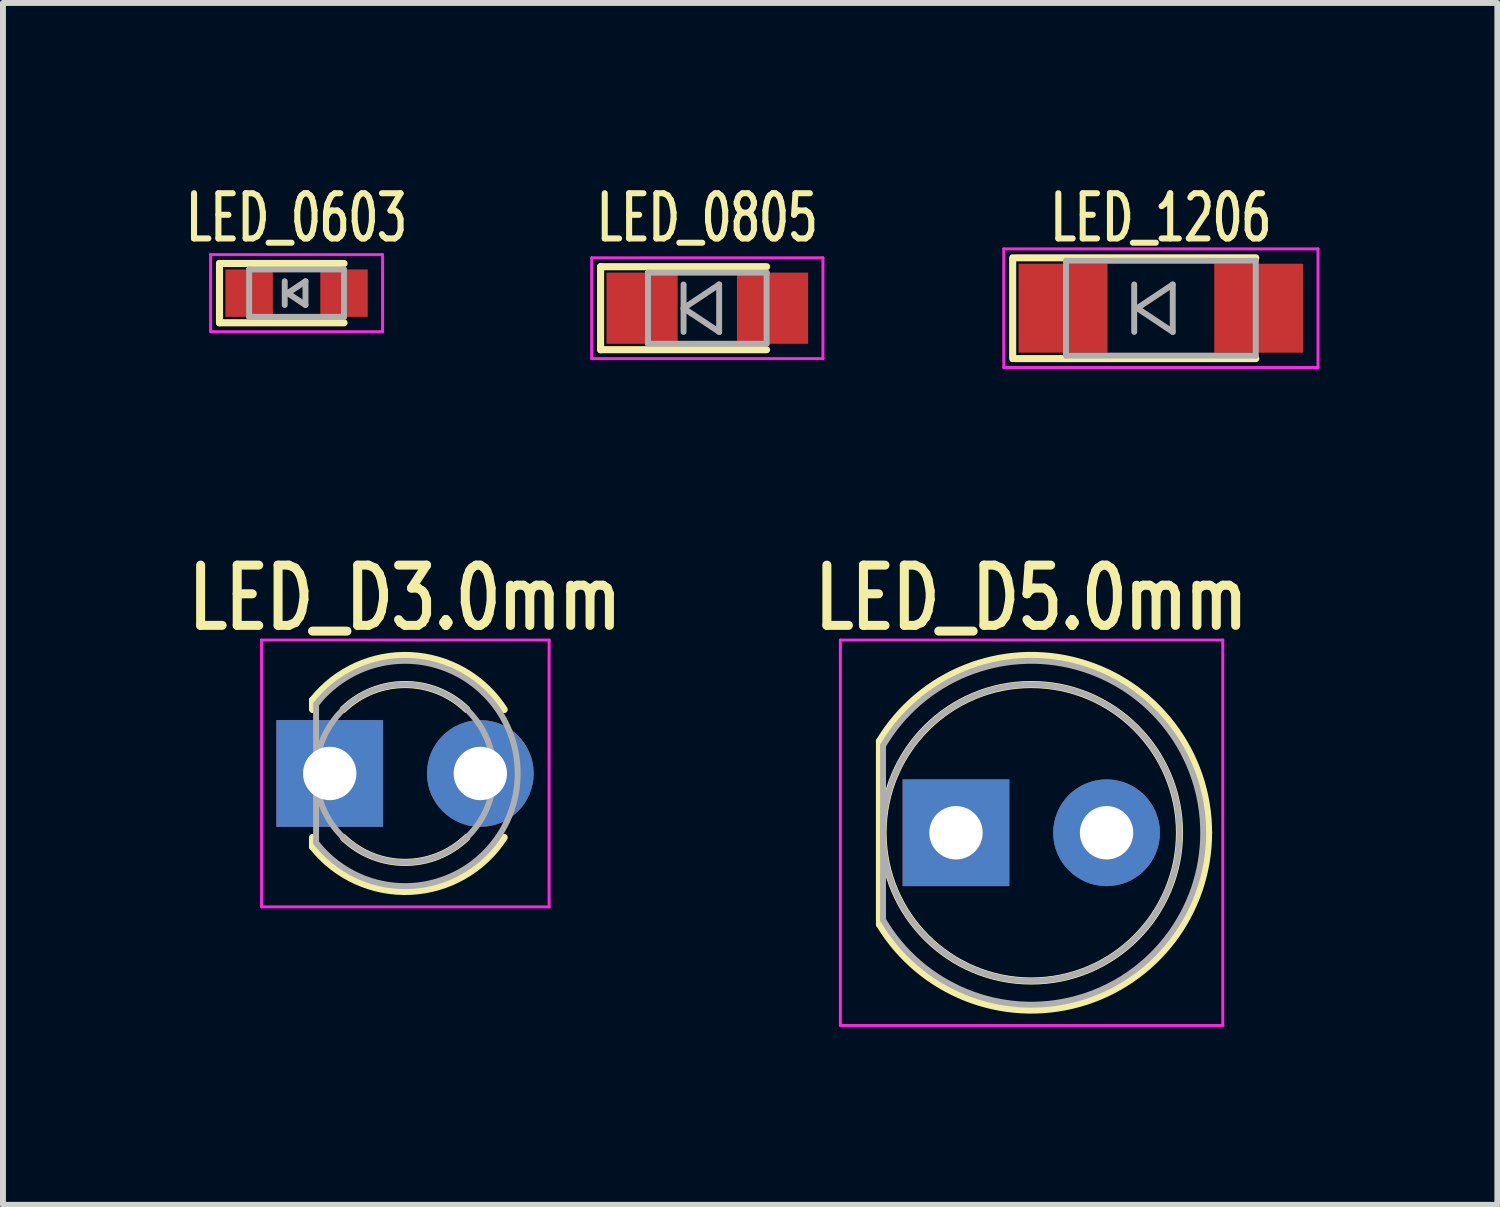
<source format=kicad_pcb>
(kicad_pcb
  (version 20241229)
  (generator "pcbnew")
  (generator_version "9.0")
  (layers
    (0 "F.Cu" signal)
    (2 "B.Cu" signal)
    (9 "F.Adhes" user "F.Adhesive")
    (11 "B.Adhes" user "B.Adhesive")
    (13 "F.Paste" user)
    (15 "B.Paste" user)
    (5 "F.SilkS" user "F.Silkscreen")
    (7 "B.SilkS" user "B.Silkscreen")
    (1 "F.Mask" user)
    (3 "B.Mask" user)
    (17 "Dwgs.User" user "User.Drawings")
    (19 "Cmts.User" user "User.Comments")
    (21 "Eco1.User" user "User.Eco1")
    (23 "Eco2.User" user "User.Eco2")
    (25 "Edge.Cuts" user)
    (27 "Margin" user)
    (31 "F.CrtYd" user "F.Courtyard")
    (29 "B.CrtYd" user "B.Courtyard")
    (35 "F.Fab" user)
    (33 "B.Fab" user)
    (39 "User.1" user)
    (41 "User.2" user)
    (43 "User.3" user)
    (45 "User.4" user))
  (footprint "LED_1206"
    (layer "F.Cu")
    (at 16.529 2.148)
    (property "Reference" "LED_1206" (at 0 -1.524 0) (layer "F.SilkS") (effects (font (size 0.762 0.508) (thickness 0.102))))
    (attr smd)
    (fp_line (start -2.5 -0.85) (end -2.5 0.85) (stroke (width 0.12) (type solid)) (layer "F.SilkS"))
    (fp_line (start -2.45 -0.85) (end 1.6 -0.85) (stroke (width 0.12) (type solid)) (layer "F.SilkS"))
    (fp_line (start -2.45 0.85) (end 1.6 0.85) (stroke (width 0.12) (type solid)) (layer "F.SilkS"))
    (fp_line (start -2.65 -1) (end 2.65 -1) (stroke (width 0.05) (type solid)) (layer "F.CrtYd"))
    (fp_line (start -2.65 1) (end -2.65 -1) (stroke (width 0.05) (type solid)) (layer "F.CrtYd"))
    (fp_line (start 2.65 -1) (end 2.65 1) (stroke (width 0.05) (type solid)) (layer "F.CrtYd"))
    (fp_line (start 2.65 1) (end -2.65 1) (stroke (width 0.05) (type solid)) (layer "F.CrtYd"))
    (fp_line (start -1.6 -0.8) (end 1.6 -0.8) (stroke (width 0.1) (type solid)) (layer "F.Fab"))
    (fp_line (start -1.6 0.8) (end -1.6 -0.8) (stroke (width 0.1) (type solid)) (layer "F.Fab"))
    (fp_line (start -0.45 -0.4) (end -0.45 0.4) (stroke (width 0.1) (type solid)) (layer "F.Fab"))
    (fp_line (start -0.4 0) (end 0.2 -0.4) (stroke (width 0.1) (type solid)) (layer "F.Fab"))
    (fp_line (start 0.2 -0.4) (end 0.2 0.4) (stroke (width 0.1) (type solid)) (layer "F.Fab"))
    (fp_line (start 0.2 0.4) (end -0.4 0) (stroke (width 0.1) (type solid)) (layer "F.Fab"))
    (fp_line (start 1.6 -0.8) (end 1.6 0.8) (stroke (width 0.1) (type solid)) (layer "F.Fab"))
    (fp_line (start 1.6 0.8) (end -1.6 0.8) (stroke (width 0.1) (type solid)) (layer "F.Fab"))
    (pad "1" smd rect (at -1.65 0 180) (size 1.5 1.5) (layers "F.Cu" "F.Mask" "F.Paste"))
    (pad "2" smd rect (at 1.65 0 180) (size 1.5 1.5) (layers "F.Cu" "F.Mask" "F.Paste")))
  (footprint "LED_0603"
    (layer "F.Cu")
    (at 1.952 1.894)
    (property "Reference" "LED_0603" (at 0 -1.27 0) (layer "F.SilkS") (effects (font (size 0.762 0.508) (thickness 0.102))))
    (attr smd)
    (fp_line (start -1.3 -0.5) (end -1.3 0.5) (stroke (width 0.12) (type solid)) (layer "F.SilkS"))
    (fp_line (start -1.3 -0.5) (end 0.8 -0.5) (stroke (width 0.12) (type solid)) (layer "F.SilkS"))
    (fp_line (start -1.3 0.5) (end 0.8 0.5) (stroke (width 0.12) (type solid)) (layer "F.SilkS"))
    (fp_line (start -1.45 -0.65) (end 1.45 -0.65) (stroke (width 0.05) (type solid)) (layer "F.CrtYd"))
    (fp_line (start -1.45 0.65) (end -1.45 -0.65) (stroke (width 0.05) (type solid)) (layer "F.CrtYd"))
    (fp_line (start 1.45 -0.65) (end 1.45 0.65) (stroke (width 0.05) (type solid)) (layer "F.CrtYd"))
    (fp_line (start 1.45 0.65) (end -1.45 0.65) (stroke (width 0.05) (type solid)) (layer "F.CrtYd"))
    (fp_line (start -0.8 -0.4) (end 0.8 -0.4) (stroke (width 0.1) (type solid)) (layer "F.Fab"))
    (fp_line (start -0.8 0.4) (end -0.8 -0.4) (stroke (width 0.1) (type solid)) (layer "F.Fab"))
    (fp_line (start -0.2 -0.2) (end -0.2 0.2) (stroke (width 0.1) (type solid)) (layer "F.Fab"))
    (fp_line (start -0.15 0) (end 0.15 -0.2) (stroke (width 0.1) (type solid)) (layer "F.Fab"))
    (fp_line (start 0.15 -0.2) (end 0.15 0.2) (stroke (width 0.1) (type solid)) (layer "F.Fab"))
    (fp_line (start 0.15 0.2) (end -0.15 0) (stroke (width 0.1) (type solid)) (layer "F.Fab"))
    (fp_line (start 0.8 -0.4) (end 0.8 0.4) (stroke (width 0.1) (type solid)) (layer "F.Fab"))
    (fp_line (start 0.8 0.4) (end -0.8 0.4) (stroke (width 0.1) (type solid)) (layer "F.Fab"))
    (pad "1" smd rect (at -0.8 0 180) (size 0.8 0.8) (layers "F.Cu" "F.Mask" "F.Paste"))
    (pad "2" smd rect (at 0.8 0 180) (size 0.8 0.8) (layers "F.Cu" "F.Mask" "F.Paste")))
  (footprint "LED_D3.0mm"
    (layer "F.Cu")
    (at 2.511 9.995)
    (property "Reference" "LED_D3.0mm" (at 1.27 -2.96 0) (layer "F.SilkS") (effects (font (size 1.016 0.762) (thickness 0.152))))
    (attr through_hole)
    (fp_line (start -0.29 -1.236) (end -0.29 -1.08) (stroke (width 0.12) (type solid)) (layer "F.SilkS"))
    (fp_line (start -0.29 1.08) (end -0.29 1.236) (stroke (width 0.12) (type solid)) (layer "F.SilkS"))
    (fp_arc (start -0.29 -1.235516) (mid 1.366487 -1.987659) (end 2.942335 -1.078608) (stroke (width 0.12) (type solid)) (layer "F.SilkS"))
    (fp_arc (start 0.229039 -1.08) (mid 1.270117 -1.5) (end 2.31113 -1.079837) (stroke (width 0.12) (type solid)) (layer "F.SilkS"))
    (fp_arc (start 2.31113 1.079837) (mid 1.270117 1.5) (end 0.229039 1.08) (stroke (width 0.12) (type solid)) (layer "F.SilkS"))
    (fp_arc (start 2.942335 1.078608) (mid 1.366487 1.987659) (end -0.29 1.235516) (stroke (width 0.12) (type solid)) (layer "F.SilkS"))
    (fp_line (start -1.15 -2.25) (end -1.15 2.25) (stroke (width 0.05) (type solid)) (layer "F.CrtYd"))
    (fp_line (start -1.15 2.25) (end 3.7 2.25) (stroke (width 0.05) (type solid)) (layer "F.CrtYd"))
    (fp_line (start 3.7 -2.25) (end -1.15 -2.25) (stroke (width 0.05) (type solid)) (layer "F.CrtYd"))
    (fp_line (start 3.7 2.25) (end 3.7 -2.25) (stroke (width 0.05) (type solid)) (layer "F.CrtYd"))
    (fp_line (start -0.23 -1.166) (end -0.23 1.166) (stroke (width 0.1) (type solid)) (layer "F.Fab"))
    (fp_arc (start -0.23 -1.16619) (mid 3.17 0.000452) (end -0.230555 1.165476) (stroke (width 0.1) (type solid)) (layer "F.Fab"))
    (fp_circle (center 1.27 0) (end 2.77 0) (stroke (width 0.1) (type solid)) (fill no) (layer "F.Fab"))
    (pad "1" thru_hole rect (at 0 0) (size 1.8 1.8) (drill 0.9) (layers "*.Cu" "*.Mask"))
    (pad "2" thru_hole circle (at 2.54 0) (size 1.8 1.8) (drill 0.9) (layers "*.Cu" "*.Mask")))
  (footprint "LED_0805"
    (layer "F.Cu")
    (at 8.879 2.148)
    (property "Reference" "LED_0805" (at 0 -1.524 0) (layer "F.SilkS") (effects (font (size 0.762 0.508) (thickness 0.102))))
    (attr smd)
    (fp_line (start -1.8 -0.7) (end -1.8 0.7) (stroke (width 0.12) (type solid)) (layer "F.SilkS"))
    (fp_line (start -1.8 -0.7) (end 1 -0.7) (stroke (width 0.12) (type solid)) (layer "F.SilkS"))
    (fp_line (start -1.8 0.7) (end 1 0.7) (stroke (width 0.12) (type solid)) (layer "F.SilkS"))
    (fp_line (start -1.95 -0.85) (end 1.95 -0.85) (stroke (width 0.05) (type solid)) (layer "F.CrtYd"))
    (fp_line (start -1.95 0.85) (end -1.95 -0.85) (stroke (width 0.05) (type solid)) (layer "F.CrtYd"))
    (fp_line (start 1.95 -0.85) (end 1.95 0.85) (stroke (width 0.05) (type solid)) (layer "F.CrtYd"))
    (fp_line (start 1.95 0.85) (end -1.95 0.85) (stroke (width 0.05) (type solid)) (layer "F.CrtYd"))
    (fp_line (start -1 -0.6) (end 1 -0.6) (stroke (width 0.1) (type solid)) (layer "F.Fab"))
    (fp_line (start -1 0.6) (end -1 -0.6) (stroke (width 0.1) (type solid)) (layer "F.Fab"))
    (fp_line (start -0.4 -0.4) (end -0.4 0.4) (stroke (width 0.1) (type solid)) (layer "F.Fab"))
    (fp_line (start -0.4 0) (end 0.2 -0.4) (stroke (width 0.1) (type solid)) (layer "F.Fab"))
    (fp_line (start 0.2 -0.4) (end 0.2 0.4) (stroke (width 0.1) (type solid)) (layer "F.Fab"))
    (fp_line (start 0.2 0.4) (end -0.4 0) (stroke (width 0.1) (type solid)) (layer "F.Fab"))
    (fp_line (start 1 -0.6) (end 1 0.6) (stroke (width 0.1) (type solid)) (layer "F.Fab"))
    (fp_line (start 1 0.6) (end -1 0.6) (stroke (width 0.1) (type solid)) (layer "F.Fab"))
    (pad "1" smd rect (at -1.1 0 180) (size 1.2 1.2) (layers "F.Cu" "F.Mask" "F.Paste"))
    (pad "2" smd rect (at 1.1 0 180) (size 1.2 1.2) (layers "F.Cu" "F.Mask" "F.Paste")))
  (footprint "LED_D5.0mm"
    (layer "F.Cu")
    (at 13.073 10.995)
    (property "Reference" "LED_D5.0mm" (at 1.27 -3.96 0) (layer "F.SilkS") (effects (font (size 1.016 0.762) (thickness 0.152))))
    (attr through_hole)
    (fp_line (start -1.29 -1.545) (end -1.29 1.545) (stroke (width 0.12) (type solid)) (layer "F.SilkS"))
    (fp_arc (start -1.29 -1.54483) (mid 2.072002 -2.880433) (end 4.26 0.000462) (stroke (width 0.12) (type solid)) (layer "F.SilkS"))
    (fp_arc (start 4.26 -0.000462) (mid 2.072002 2.880433) (end -1.29 1.54483) (stroke (width 0.12) (type solid)) (layer "F.SilkS"))
    (fp_circle (center 1.27 0) (end 3.77 0) (stroke (width 0.12) (type solid)) (fill no) (layer "F.SilkS"))
    (fp_line (start -1.95 -3.25) (end -1.95 3.25) (stroke (width 0.05) (type solid)) (layer "F.CrtYd"))
    (fp_line (start -1.95 3.25) (end 4.5 3.25) (stroke (width 0.05) (type solid)) (layer "F.CrtYd"))
    (fp_line (start 4.5 -3.25) (end -1.95 -3.25) (stroke (width 0.05) (type solid)) (layer "F.CrtYd"))
    (fp_line (start 4.5 3.25) (end 4.5 -3.25) (stroke (width 0.05) (type solid)) (layer "F.CrtYd"))
    (fp_line (start -1.23 -1.47) (end -1.23 1.47) (stroke (width 0.1) (type solid)) (layer "F.Fab"))
    (fp_arc (start -1.23 -1.469694) (mid 4.17 0.000016) (end -1.230016 1.469666) (stroke (width 0.1) (type solid)) (layer "F.Fab"))
    (fp_circle (center 1.27 0) (end 3.77 0) (stroke (width 0.1) (type solid)) (fill no) (layer "F.Fab"))
    (pad "1" thru_hole rect (at 0 0) (size 1.8 1.8) (drill 0.9) (layers "*.Cu" "*.Mask"))
    (pad "2" thru_hole circle (at 2.54 0) (size 1.8 1.8) (drill 0.9) (layers "*.Cu" "*.Mask")))
  (gr_rect
    (start -3 -3)
    (end 22.204 17.27)
    (stroke (width 0.1) (type default))
    (fill no)
    (layer "Edge.Cuts")))
</source>
